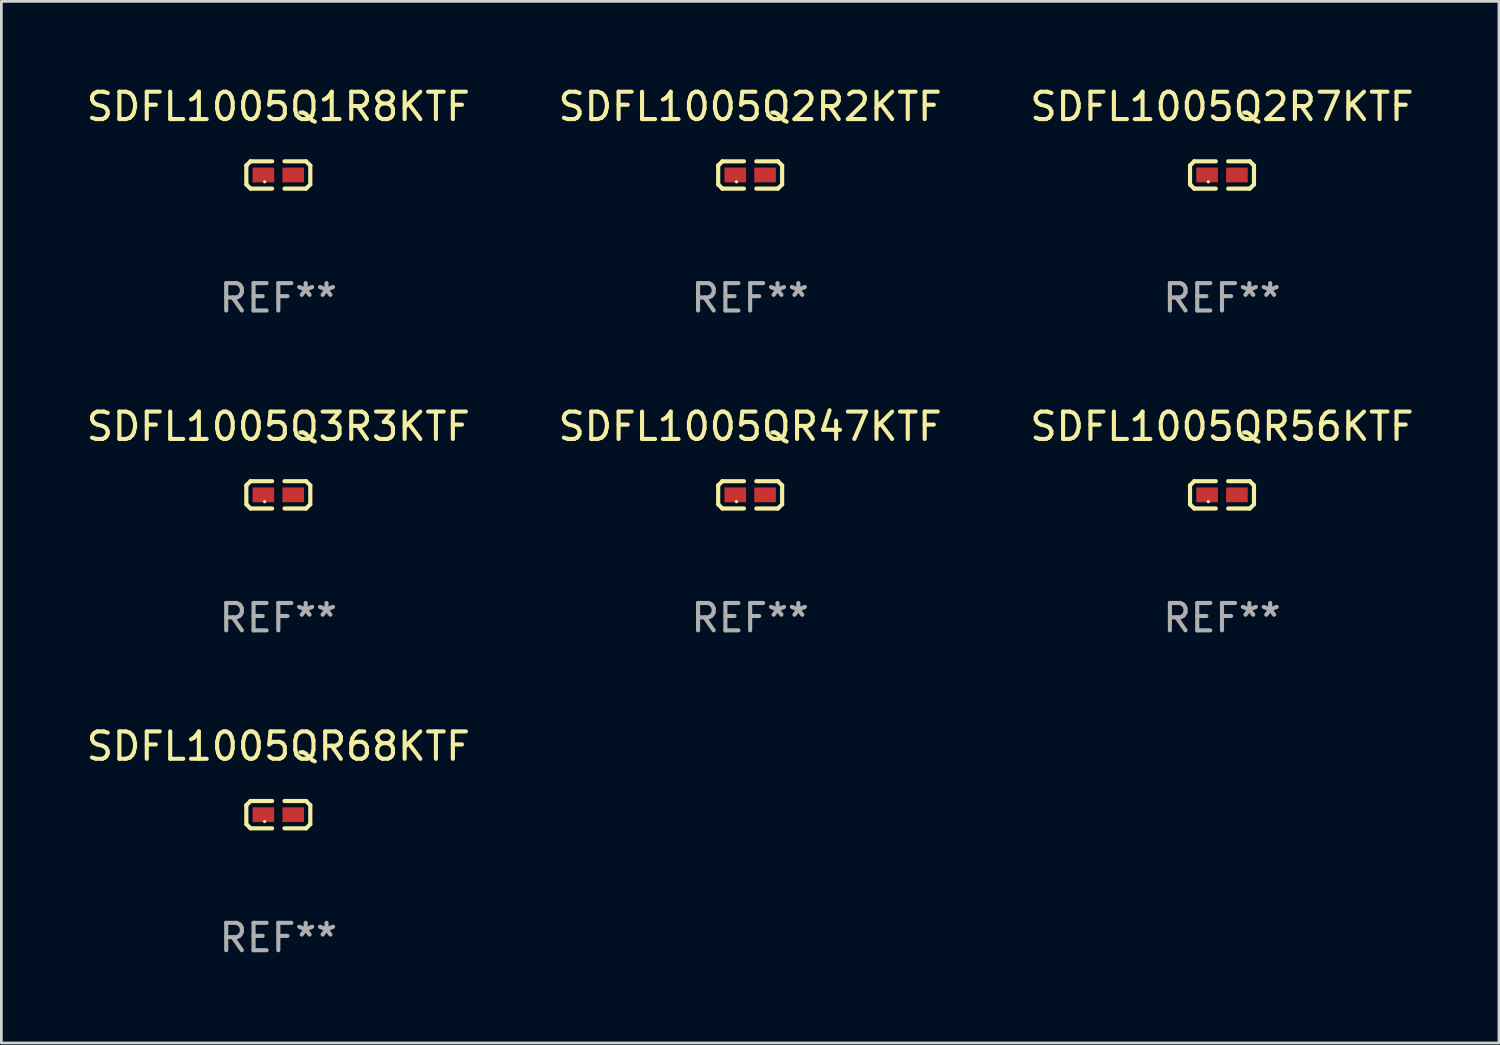
<source format=kicad_pcb>
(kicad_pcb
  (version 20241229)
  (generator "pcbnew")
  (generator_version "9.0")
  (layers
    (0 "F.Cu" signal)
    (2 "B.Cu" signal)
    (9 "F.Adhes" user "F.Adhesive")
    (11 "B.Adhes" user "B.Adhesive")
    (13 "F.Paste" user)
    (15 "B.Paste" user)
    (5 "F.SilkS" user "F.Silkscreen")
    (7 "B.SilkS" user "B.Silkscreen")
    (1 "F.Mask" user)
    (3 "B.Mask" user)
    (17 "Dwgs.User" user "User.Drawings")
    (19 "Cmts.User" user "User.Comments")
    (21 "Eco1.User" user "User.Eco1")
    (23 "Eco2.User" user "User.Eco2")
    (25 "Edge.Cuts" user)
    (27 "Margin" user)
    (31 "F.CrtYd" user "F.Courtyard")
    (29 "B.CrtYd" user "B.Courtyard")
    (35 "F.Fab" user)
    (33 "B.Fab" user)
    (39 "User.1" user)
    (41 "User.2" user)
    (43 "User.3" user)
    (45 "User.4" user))
  (footprint "SDFL1005Q1R8KTF"
    (layer "F.Cu")
    (at 7.125 3.347)
    (property "Reference" "SDFL1005Q1R8KTF" (at 0 -2.499 0) (layer "F.SilkS") (effects (font (size 1 1) (thickness 0.15))))
    (attr through_hole)
    (fp_line (start -1.169 -0.346) (end -1.016 -0.499) (stroke (width 0.152) (type solid)) (layer "F.SilkS"))
    (fp_line (start -1.169 0.346) (end -1.169 -0.346) (stroke (width 0.152) (type solid)) (layer "F.SilkS"))
    (fp_line (start -1.016 -0.499) (end -0.226 -0.499) (stroke (width 0.152) (type solid)) (layer "F.SilkS"))
    (fp_line (start -1.016 0.499) (end -1.169 0.346) (stroke (width 0.152) (type solid)) (layer "F.SilkS"))
    (fp_line (start -0.226 0.499) (end -1.016 0.499) (stroke (width 0.152) (type solid)) (layer "F.SilkS"))
    (fp_line (start 0.226 0.499) (end 1.016 0.499) (stroke (width 0.152) (type solid)) (layer "F.SilkS"))
    (fp_line (start 1.016 -0.499) (end 0.226 -0.499) (stroke (width 0.152) (type solid)) (layer "F.SilkS"))
    (fp_line (start 1.016 0.499) (end 1.169 0.346) (stroke (width 0.152) (type solid)) (layer "F.SilkS"))
    (fp_line (start 1.169 -0.346) (end 1.016 -0.499) (stroke (width 0.152) (type solid)) (layer "F.SilkS"))
    (fp_line (start 1.169 0.346) (end 1.169 -0.346) (stroke (width 0.152) (type solid)) (layer "F.SilkS"))
    (fp_circle (center -0.5 0.25) (end -0.47 0.25) (stroke (width 0.06) (type solid)) (fill no) (layer "F.SilkS"))
    (fp_text user "REF**" (at 0 4.499 0) (layer "F.Fab") (effects (font (size 1 1) (thickness 0.15))))
    (pad "1" smd rect (at -0.545 0) (size 0.79 0.54) (layers "F.Cu" "F.Mask" "F.Paste"))
    (pad "2" smd rect (at 0.545 0) (size 0.79 0.54) (layers "F.Cu" "F.Mask" "F.Paste")))
  (footprint "SDFL1005Q2R2KTF"
    (layer "F.Cu")
    (at 24.375 3.347)
    (property "Reference" "SDFL1005Q2R2KTF" (at 0 -2.499 0) (layer "F.SilkS") (effects (font (size 1 1) (thickness 0.15))))
    (attr through_hole)
    (fp_line (start -1.169 -0.346) (end -1.016 -0.499) (stroke (width 0.152) (type solid)) (layer "F.SilkS"))
    (fp_line (start -1.169 0.346) (end -1.169 -0.346) (stroke (width 0.152) (type solid)) (layer "F.SilkS"))
    (fp_line (start -1.016 -0.499) (end -0.226 -0.499) (stroke (width 0.152) (type solid)) (layer "F.SilkS"))
    (fp_line (start -1.016 0.499) (end -1.169 0.346) (stroke (width 0.152) (type solid)) (layer "F.SilkS"))
    (fp_line (start -0.226 0.499) (end -1.016 0.499) (stroke (width 0.152) (type solid)) (layer "F.SilkS"))
    (fp_line (start 0.226 0.499) (end 1.016 0.499) (stroke (width 0.152) (type solid)) (layer "F.SilkS"))
    (fp_line (start 1.016 -0.499) (end 0.226 -0.499) (stroke (width 0.152) (type solid)) (layer "F.SilkS"))
    (fp_line (start 1.016 0.499) (end 1.169 0.346) (stroke (width 0.152) (type solid)) (layer "F.SilkS"))
    (fp_line (start 1.169 -0.346) (end 1.016 -0.499) (stroke (width 0.152) (type solid)) (layer "F.SilkS"))
    (fp_line (start 1.169 0.346) (end 1.169 -0.346) (stroke (width 0.152) (type solid)) (layer "F.SilkS"))
    (fp_circle (center -0.5 0.25) (end -0.47 0.25) (stroke (width 0.06) (type solid)) (fill no) (layer "F.SilkS"))
    (fp_text user "REF**" (at 0 4.499 0) (layer "F.Fab") (effects (font (size 1 1) (thickness 0.15))))
    (pad "1" smd rect (at -0.545 0) (size 0.79 0.54) (layers "F.Cu" "F.Mask" "F.Paste"))
    (pad "2" smd rect (at 0.545 0) (size 0.79 0.54) (layers "F.Cu" "F.Mask" "F.Paste")))
  (footprint "SDFL1005Q2R7KTF"
    (layer "F.Cu")
    (at 41.625 3.347)
    (property "Reference" "SDFL1005Q2R7KTF" (at 0 -2.499 0) (layer "F.SilkS") (effects (font (size 1 1) (thickness 0.15))))
    (attr through_hole)
    (fp_line (start -1.169 -0.346) (end -1.016 -0.499) (stroke (width 0.152) (type solid)) (layer "F.SilkS"))
    (fp_line (start -1.169 0.346) (end -1.169 -0.346) (stroke (width 0.152) (type solid)) (layer "F.SilkS"))
    (fp_line (start -1.016 -0.499) (end -0.226 -0.499) (stroke (width 0.152) (type solid)) (layer "F.SilkS"))
    (fp_line (start -1.016 0.499) (end -1.169 0.346) (stroke (width 0.152) (type solid)) (layer "F.SilkS"))
    (fp_line (start -0.226 0.499) (end -1.016 0.499) (stroke (width 0.152) (type solid)) (layer "F.SilkS"))
    (fp_line (start 0.226 0.499) (end 1.016 0.499) (stroke (width 0.152) (type solid)) (layer "F.SilkS"))
    (fp_line (start 1.016 -0.499) (end 0.226 -0.499) (stroke (width 0.152) (type solid)) (layer "F.SilkS"))
    (fp_line (start 1.016 0.499) (end 1.169 0.346) (stroke (width 0.152) (type solid)) (layer "F.SilkS"))
    (fp_line (start 1.169 -0.346) (end 1.016 -0.499) (stroke (width 0.152) (type solid)) (layer "F.SilkS"))
    (fp_line (start 1.169 0.346) (end 1.169 -0.346) (stroke (width 0.152) (type solid)) (layer "F.SilkS"))
    (fp_circle (center -0.5 0.25) (end -0.47 0.25) (stroke (width 0.06) (type solid)) (fill no) (layer "F.SilkS"))
    (fp_text user "REF**" (at 0 4.499 0) (layer "F.Fab") (effects (font (size 1 1) (thickness 0.15))))
    (pad "1" smd rect (at -0.545 0) (size 0.79 0.54) (layers "F.Cu" "F.Mask" "F.Paste"))
    (pad "2" smd rect (at 0.545 0) (size 0.79 0.54) (layers "F.Cu" "F.Mask" "F.Paste")))
  (footprint "SDFL1005QR68KTF"
    (layer "F.Cu")
    (at 7.125 26.734)
    (property "Reference" "SDFL1005QR68KTF" (at 0 -2.499 0) (layer "F.SilkS") (effects (font (size 1 1) (thickness 0.15))))
    (attr through_hole)
    (fp_line (start -1.169 -0.346) (end -1.016 -0.499) (stroke (width 0.152) (type solid)) (layer "F.SilkS"))
    (fp_line (start -1.169 0.346) (end -1.169 -0.346) (stroke (width 0.152) (type solid)) (layer "F.SilkS"))
    (fp_line (start -1.016 -0.499) (end -0.226 -0.499) (stroke (width 0.152) (type solid)) (layer "F.SilkS"))
    (fp_line (start -1.016 0.499) (end -1.169 0.346) (stroke (width 0.152) (type solid)) (layer "F.SilkS"))
    (fp_line (start -0.226 0.499) (end -1.016 0.499) (stroke (width 0.152) (type solid)) (layer "F.SilkS"))
    (fp_line (start 0.226 0.499) (end 1.016 0.499) (stroke (width 0.152) (type solid)) (layer "F.SilkS"))
    (fp_line (start 1.016 -0.499) (end 0.226 -0.499) (stroke (width 0.152) (type solid)) (layer "F.SilkS"))
    (fp_line (start 1.016 0.499) (end 1.169 0.346) (stroke (width 0.152) (type solid)) (layer "F.SilkS"))
    (fp_line (start 1.169 -0.346) (end 1.016 -0.499) (stroke (width 0.152) (type solid)) (layer "F.SilkS"))
    (fp_line (start 1.169 0.346) (end 1.169 -0.346) (stroke (width 0.152) (type solid)) (layer "F.SilkS"))
    (fp_circle (center -0.5 0.25) (end -0.47 0.25) (stroke (width 0.06) (type solid)) (fill no) (layer "F.SilkS"))
    (fp_text user "REF**" (at 0 4.499 0) (layer "F.Fab") (effects (font (size 1 1) (thickness 0.15))))
    (pad "1" smd rect (at -0.545 0) (size 0.79 0.54) (layers "F.Cu" "F.Mask" "F.Paste"))
    (pad "2" smd rect (at 0.545 0) (size 0.79 0.54) (layers "F.Cu" "F.Mask" "F.Paste")))
  (footprint "SDFL1005QR56KTF"
    (layer "F.Cu")
    (at 41.625 15.041)
    (property "Reference" "SDFL1005QR56KTF" (at 0 -2.499 0) (layer "F.SilkS") (effects (font (size 1 1) (thickness 0.15))))
    (attr through_hole)
    (fp_line (start -1.169 -0.346) (end -1.016 -0.499) (stroke (width 0.152) (type solid)) (layer "F.SilkS"))
    (fp_line (start -1.169 0.346) (end -1.169 -0.346) (stroke (width 0.152) (type solid)) (layer "F.SilkS"))
    (fp_line (start -1.016 -0.499) (end -0.226 -0.499) (stroke (width 0.152) (type solid)) (layer "F.SilkS"))
    (fp_line (start -1.016 0.499) (end -1.169 0.346) (stroke (width 0.152) (type solid)) (layer "F.SilkS"))
    (fp_line (start -0.226 0.499) (end -1.016 0.499) (stroke (width 0.152) (type solid)) (layer "F.SilkS"))
    (fp_line (start 0.226 0.499) (end 1.016 0.499) (stroke (width 0.152) (type solid)) (layer "F.SilkS"))
    (fp_line (start 1.016 -0.499) (end 0.226 -0.499) (stroke (width 0.152) (type solid)) (layer "F.SilkS"))
    (fp_line (start 1.016 0.499) (end 1.169 0.346) (stroke (width 0.152) (type solid)) (layer "F.SilkS"))
    (fp_line (start 1.169 -0.346) (end 1.016 -0.499) (stroke (width 0.152) (type solid)) (layer "F.SilkS"))
    (fp_line (start 1.169 0.346) (end 1.169 -0.346) (stroke (width 0.152) (type solid)) (layer "F.SilkS"))
    (fp_circle (center -0.5 0.25) (end -0.47 0.25) (stroke (width 0.06) (type solid)) (fill no) (layer "F.SilkS"))
    (fp_text user "REF**" (at 0 4.499 0) (layer "F.Fab") (effects (font (size 1 1) (thickness 0.15))))
    (pad "1" smd rect (at -0.545 0) (size 0.79 0.54) (layers "F.Cu" "F.Mask" "F.Paste"))
    (pad "2" smd rect (at 0.545 0) (size 0.79 0.54) (layers "F.Cu" "F.Mask" "F.Paste")))
  (footprint "SDFL1005Q3R3KTF"
    (layer "F.Cu")
    (at 7.125 15.041)
    (property "Reference" "SDFL1005Q3R3KTF" (at 0 -2.499 0) (layer "F.SilkS") (effects (font (size 1 1) (thickness 0.15))))
    (attr through_hole)
    (fp_line (start -1.169 -0.346) (end -1.016 -0.499) (stroke (width 0.152) (type solid)) (layer "F.SilkS"))
    (fp_line (start -1.169 0.346) (end -1.169 -0.346) (stroke (width 0.152) (type solid)) (layer "F.SilkS"))
    (fp_line (start -1.016 -0.499) (end -0.226 -0.499) (stroke (width 0.152) (type solid)) (layer "F.SilkS"))
    (fp_line (start -1.016 0.499) (end -1.169 0.346) (stroke (width 0.152) (type solid)) (layer "F.SilkS"))
    (fp_line (start -0.226 0.499) (end -1.016 0.499) (stroke (width 0.152) (type solid)) (layer "F.SilkS"))
    (fp_line (start 0.226 0.499) (end 1.016 0.499) (stroke (width 0.152) (type solid)) (layer "F.SilkS"))
    (fp_line (start 1.016 -0.499) (end 0.226 -0.499) (stroke (width 0.152) (type solid)) (layer "F.SilkS"))
    (fp_line (start 1.016 0.499) (end 1.169 0.346) (stroke (width 0.152) (type solid)) (layer "F.SilkS"))
    (fp_line (start 1.169 -0.346) (end 1.016 -0.499) (stroke (width 0.152) (type solid)) (layer "F.SilkS"))
    (fp_line (start 1.169 0.346) (end 1.169 -0.346) (stroke (width 0.152) (type solid)) (layer "F.SilkS"))
    (fp_circle (center -0.5 0.25) (end -0.47 0.25) (stroke (width 0.06) (type solid)) (fill no) (layer "F.SilkS"))
    (fp_text user "REF**" (at 0 4.499 0) (layer "F.Fab") (effects (font (size 1 1) (thickness 0.15))))
    (pad "1" smd rect (at -0.545 0) (size 0.79 0.54) (layers "F.Cu" "F.Mask" "F.Paste"))
    (pad "2" smd rect (at 0.545 0) (size 0.79 0.54) (layers "F.Cu" "F.Mask" "F.Paste")))
  (footprint "SDFL1005QR47KTF"
    (layer "F.Cu")
    (at 24.375 15.041)
    (property "Reference" "SDFL1005QR47KTF" (at 0 -2.499 0) (layer "F.SilkS") (effects (font (size 1 1) (thickness 0.15))))
    (attr through_hole)
    (fp_line (start -1.169 -0.346) (end -1.016 -0.499) (stroke (width 0.152) (type solid)) (layer "F.SilkS"))
    (fp_line (start -1.169 0.346) (end -1.169 -0.346) (stroke (width 0.152) (type solid)) (layer "F.SilkS"))
    (fp_line (start -1.016 -0.499) (end -0.226 -0.499) (stroke (width 0.152) (type solid)) (layer "F.SilkS"))
    (fp_line (start -1.016 0.499) (end -1.169 0.346) (stroke (width 0.152) (type solid)) (layer "F.SilkS"))
    (fp_line (start -0.226 0.499) (end -1.016 0.499) (stroke (width 0.152) (type solid)) (layer "F.SilkS"))
    (fp_line (start 0.226 0.499) (end 1.016 0.499) (stroke (width 0.152) (type solid)) (layer "F.SilkS"))
    (fp_line (start 1.016 -0.499) (end 0.226 -0.499) (stroke (width 0.152) (type solid)) (layer "F.SilkS"))
    (fp_line (start 1.016 0.499) (end 1.169 0.346) (stroke (width 0.152) (type solid)) (layer "F.SilkS"))
    (fp_line (start 1.169 -0.346) (end 1.016 -0.499) (stroke (width 0.152) (type solid)) (layer "F.SilkS"))
    (fp_line (start 1.169 0.346) (end 1.169 -0.346) (stroke (width 0.152) (type solid)) (layer "F.SilkS"))
    (fp_circle (center -0.5 0.25) (end -0.47 0.25) (stroke (width 0.06) (type solid)) (fill no) (layer "F.SilkS"))
    (fp_text user "REF**" (at 0 4.499 0) (layer "F.Fab") (effects (font (size 1 1) (thickness 0.15))))
    (pad "1" smd rect (at -0.545 0) (size 0.79 0.54) (layers "F.Cu" "F.Mask" "F.Paste"))
    (pad "2" smd rect (at 0.545 0) (size 0.79 0.54) (layers "F.Cu" "F.Mask" "F.Paste")))
  (gr_rect
    (start -3 -3)
    (end 51.75 35.081)
    (stroke (width 0.1) (type default))
    (fill no)
    (layer "Edge.Cuts")))
</source>
